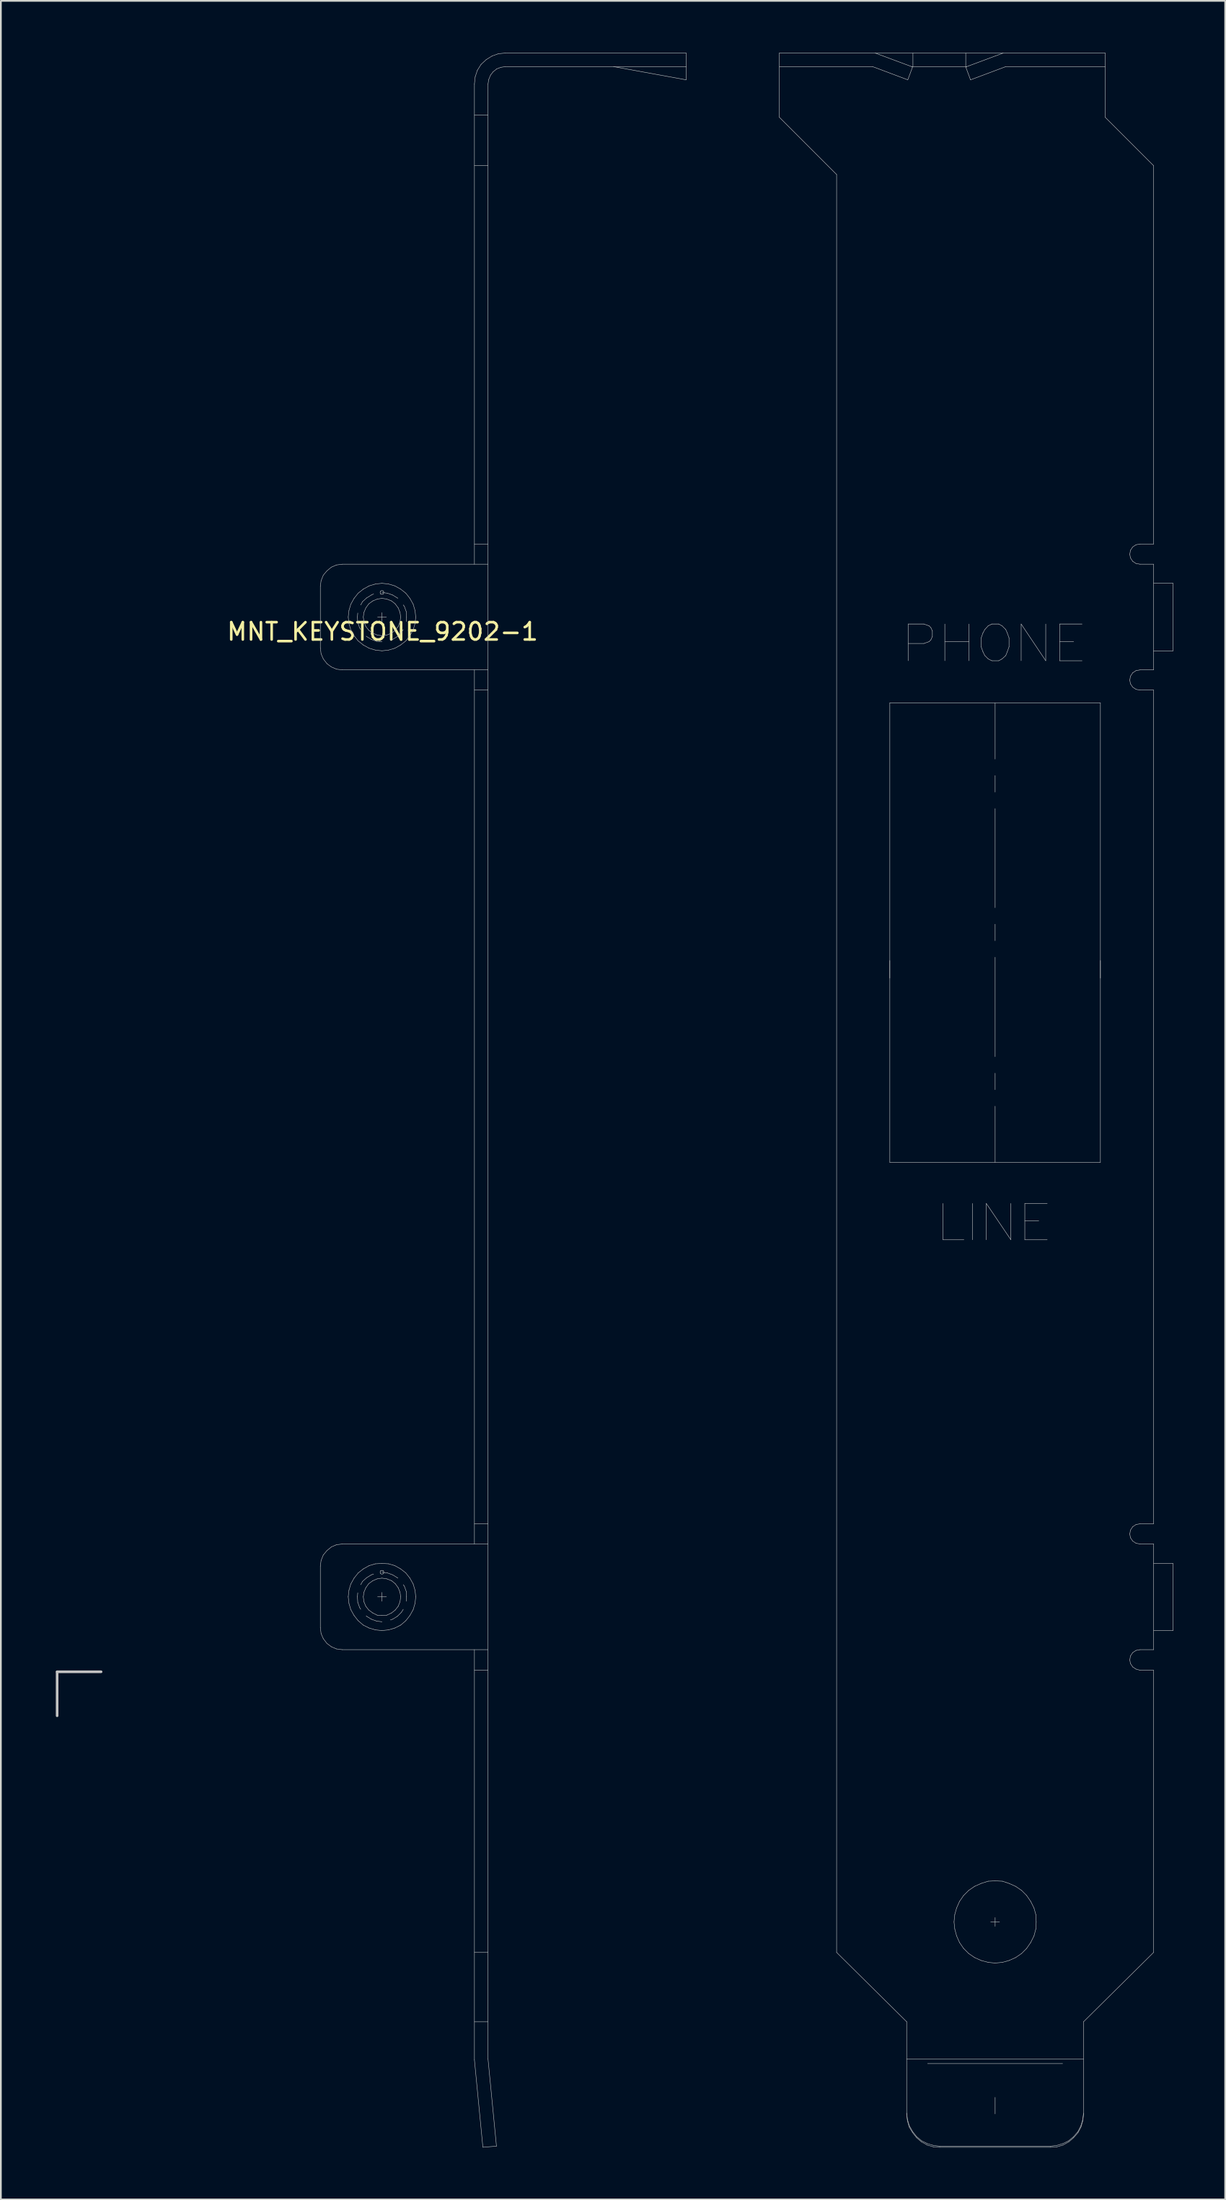
<source format=kicad_pcb>
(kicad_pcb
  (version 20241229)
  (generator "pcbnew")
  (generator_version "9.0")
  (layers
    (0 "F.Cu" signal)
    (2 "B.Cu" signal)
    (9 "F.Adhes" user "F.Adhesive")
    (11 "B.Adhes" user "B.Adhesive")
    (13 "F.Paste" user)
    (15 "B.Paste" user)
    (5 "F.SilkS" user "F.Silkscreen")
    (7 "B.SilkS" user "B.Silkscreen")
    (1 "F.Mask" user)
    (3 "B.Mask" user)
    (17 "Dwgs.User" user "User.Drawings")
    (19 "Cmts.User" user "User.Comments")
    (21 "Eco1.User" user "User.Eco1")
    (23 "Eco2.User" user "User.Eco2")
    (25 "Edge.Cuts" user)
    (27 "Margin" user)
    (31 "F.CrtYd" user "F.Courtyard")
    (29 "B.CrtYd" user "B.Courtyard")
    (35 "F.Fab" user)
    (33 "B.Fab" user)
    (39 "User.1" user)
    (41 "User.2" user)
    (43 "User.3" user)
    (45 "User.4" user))
  (footprint "MNT_KEYSTONE_9202-1"
    (layer "F.Cu")
    (at 0.25 93.496)
    (property "Reference" "MNT_KEYSTONE_9202-1" (at 18.796 -60.071 0) (layer "F.SilkS") (effects (font (size 1 1) (thickness 0.15))))
    (attr through_hole)
    (fp_line (start 0 0) (end 0 2.54) (stroke (width 0.15) (type solid)) (layer "Dwgs.User"))
    (fp_line (start 2.54 0) (end 0 0) (stroke (width 0.15) (type solid)) (layer "Dwgs.User"))
    (fp_line (start 15.204 -62.691) (end 15.246 -63.009) (stroke (width 0.025) (type solid)) (layer "Dwgs.User"))
    (fp_line (start 15.204 -59.131) (end 15.204 -62.691) (stroke (width 0.025) (type solid)) (layer "Dwgs.User"))
    (fp_line (start 15.204 -6.109) (end 15.246 -6.427) (stroke (width 0.025) (type solid)) (layer "Dwgs.User"))
    (fp_line (start 15.204 -2.548) (end 15.204 -6.109) (stroke (width 0.025) (type solid)) (layer "Dwgs.User"))
    (fp_line (start 15.246 -63.009) (end 15.373 -63.327) (stroke (width 0.025) (type solid)) (layer "Dwgs.User"))
    (fp_line (start 15.246 -58.792) (end 15.204 -59.131) (stroke (width 0.025) (type solid)) (layer "Dwgs.User"))
    (fp_line (start 15.246 -6.427) (end 15.373 -6.744) (stroke (width 0.025) (type solid)) (layer "Dwgs.User"))
    (fp_line (start 15.246 -2.209) (end 15.204 -2.548) (stroke (width 0.025) (type solid)) (layer "Dwgs.User"))
    (fp_line (start 15.373 -63.327) (end 15.585 -63.581) (stroke (width 0.025) (type solid)) (layer "Dwgs.User"))
    (fp_line (start 15.373 -58.495) (end 15.246 -58.792) (stroke (width 0.025) (type solid)) (layer "Dwgs.User"))
    (fp_line (start 15.373 -6.744) (end 15.585 -6.999) (stroke (width 0.025) (type solid)) (layer "Dwgs.User"))
    (fp_line (start 15.373 -1.913) (end 15.246 -2.209) (stroke (width 0.025) (type solid)) (layer "Dwgs.User"))
    (fp_line (start 15.585 -63.581) (end 15.84 -63.793) (stroke (width 0.025) (type solid)) (layer "Dwgs.User"))
    (fp_line (start 15.585 -58.22) (end 15.373 -58.495) (stroke (width 0.025) (type solid)) (layer "Dwgs.User"))
    (fp_line (start 15.585 -6.999) (end 15.84 -7.211) (stroke (width 0.025) (type solid)) (layer "Dwgs.User"))
    (fp_line (start 15.585 -1.637) (end 15.373 -1.913) (stroke (width 0.025) (type solid)) (layer "Dwgs.User"))
    (fp_line (start 15.84 -63.793) (end 16.136 -63.92) (stroke (width 0.025) (type solid)) (layer "Dwgs.User"))
    (fp_line (start 15.84 -58.029) (end 15.585 -58.22) (stroke (width 0.025) (type solid)) (layer "Dwgs.User"))
    (fp_line (start 15.84 -7.211) (end 16.136 -7.338) (stroke (width 0.025) (type solid)) (layer "Dwgs.User"))
    (fp_line (start 15.84 -1.446) (end 15.585 -1.637) (stroke (width 0.025) (type solid)) (layer "Dwgs.User"))
    (fp_line (start 16.136 -63.92) (end 16.475 -63.963) (stroke (width 0.025) (type solid)) (layer "Dwgs.User"))
    (fp_line (start 16.136 -57.902) (end 15.84 -58.029) (stroke (width 0.025) (type solid)) (layer "Dwgs.User"))
    (fp_line (start 16.136 -7.338) (end 16.475 -7.38) (stroke (width 0.025) (type solid)) (layer "Dwgs.User"))
    (fp_line (start 16.136 -1.319) (end 15.84 -1.446) (stroke (width 0.025) (type solid)) (layer "Dwgs.User"))
    (fp_line (start 16.475 -63.963) (end 24.889 -63.963) (stroke (width 0.025) (type solid)) (layer "Dwgs.User"))
    (fp_line (start 16.475 -57.859) (end 16.136 -57.902) (stroke (width 0.025) (type solid)) (layer "Dwgs.User"))
    (fp_line (start 16.475 -7.38) (end 24.889 -7.38) (stroke (width 0.025) (type solid)) (layer "Dwgs.User"))
    (fp_line (start 16.475 -1.277) (end 16.136 -1.319) (stroke (width 0.025) (type solid)) (layer "Dwgs.User"))
    (fp_line (start 16.475 -1.277) (end 24.889 -1.277) (stroke (width 0.025) (type solid)) (layer "Dwgs.User"))
    (fp_line (start 16.814 -60.911) (end 16.857 -61.292) (stroke (width 0.025) (type solid)) (layer "Dwgs.User"))
    (fp_line (start 16.814 -4.329) (end 16.857 -4.71) (stroke (width 0.025) (type solid)) (layer "Dwgs.User"))
    (fp_line (start 16.857 -61.292) (end 16.963 -61.653) (stroke (width 0.025) (type solid)) (layer "Dwgs.User"))
    (fp_line (start 16.857 -60.53) (end 16.814 -60.911) (stroke (width 0.025) (type solid)) (layer "Dwgs.User"))
    (fp_line (start 16.857 -4.71) (end 16.963 -5.07) (stroke (width 0.025) (type solid)) (layer "Dwgs.User"))
    (fp_line (start 16.857 -3.947) (end 16.814 -4.329) (stroke (width 0.025) (type solid)) (layer "Dwgs.User"))
    (fp_line (start 16.963 -61.653) (end 17.153 -61.992) (stroke (width 0.025) (type solid)) (layer "Dwgs.User"))
    (fp_line (start 16.963 -60.169) (end 16.857 -60.53) (stroke (width 0.025) (type solid)) (layer "Dwgs.User"))
    (fp_line (start 16.963 -5.07) (end 17.153 -5.409) (stroke (width 0.025) (type solid)) (layer "Dwgs.User"))
    (fp_line (start 16.963 -3.587) (end 16.857 -3.947) (stroke (width 0.025) (type solid)) (layer "Dwgs.User"))
    (fp_line (start 17.153 -61.992) (end 17.387 -62.288) (stroke (width 0.025) (type solid)) (layer "Dwgs.User"))
    (fp_line (start 17.153 -59.83) (end 16.963 -60.169) (stroke (width 0.025) (type solid)) (layer "Dwgs.User"))
    (fp_line (start 17.153 -5.409) (end 17.387 -5.706) (stroke (width 0.025) (type solid)) (layer "Dwgs.User"))
    (fp_line (start 17.153 -3.248) (end 16.963 -3.587) (stroke (width 0.025) (type solid)) (layer "Dwgs.User"))
    (fp_line (start 17.344 -60.911) (end 17.365 -61.144) (stroke (width 0.025) (type solid)) (layer "Dwgs.User"))
    (fp_line (start 17.344 -4.329) (end 17.365 -4.562) (stroke (width 0.025) (type solid)) (layer "Dwgs.User"))
    (fp_line (start 17.365 -60.593) (end 17.344 -60.911) (stroke (width 0.025) (type solid)) (layer "Dwgs.User"))
    (fp_line (start 17.365 -4.011) (end 17.344 -4.329) (stroke (width 0.025) (type solid)) (layer "Dwgs.User"))
    (fp_line (start 17.387 -62.288) (end 17.683 -62.522) (stroke (width 0.025) (type solid)) (layer "Dwgs.User"))
    (fp_line (start 17.387 -59.534) (end 17.153 -59.83) (stroke (width 0.025) (type solid)) (layer "Dwgs.User"))
    (fp_line (start 17.387 -5.706) (end 17.683 -5.939) (stroke (width 0.025) (type solid)) (layer "Dwgs.User"))
    (fp_line (start 17.387 -2.951) (end 17.153 -3.248) (stroke (width 0.025) (type solid)) (layer "Dwgs.User"))
    (fp_line (start 17.471 -60.296) (end 17.365 -60.593) (stroke (width 0.025) (type solid)) (layer "Dwgs.User"))
    (fp_line (start 17.471 -3.714) (end 17.365 -4.011) (stroke (width 0.025) (type solid)) (layer "Dwgs.User"))
    (fp_line (start 17.535 -61.61) (end 17.641 -61.801) (stroke (width 0.025) (type solid)) (layer "Dwgs.User"))
    (fp_line (start 17.535 -60.19) (end 17.471 -60.296) (stroke (width 0.025) (type solid)) (layer "Dwgs.User"))
    (fp_line (start 17.535 -5.028) (end 17.641 -5.219) (stroke (width 0.025) (type solid)) (layer "Dwgs.User"))
    (fp_line (start 17.535 -3.608) (end 17.471 -3.714) (stroke (width 0.025) (type solid)) (layer "Dwgs.User"))
    (fp_line (start 17.641 -61.801) (end 17.874 -62.013) (stroke (width 0.025) (type solid)) (layer "Dwgs.User"))
    (fp_line (start 17.641 -5.219) (end 17.874 -5.43) (stroke (width 0.025) (type solid)) (layer "Dwgs.User"))
    (fp_line (start 17.683 -62.522) (end 18.022 -62.712) (stroke (width 0.025) (type solid)) (layer "Dwgs.User"))
    (fp_line (start 17.683 -60.911) (end 17.726 -61.187) (stroke (width 0.025) (type solid)) (layer "Dwgs.User"))
    (fp_line (start 17.683 -59.3) (end 17.387 -59.534) (stroke (width 0.025) (type solid)) (layer "Dwgs.User"))
    (fp_line (start 17.683 -5.939) (end 18.022 -6.13) (stroke (width 0.025) (type solid)) (layer "Dwgs.User"))
    (fp_line (start 17.683 -4.329) (end 17.726 -4.604) (stroke (width 0.025) (type solid)) (layer "Dwgs.User"))
    (fp_line (start 17.683 -2.697) (end 17.387 -2.951) (stroke (width 0.025) (type solid)) (layer "Dwgs.User"))
    (fp_line (start 17.726 -61.187) (end 17.832 -61.441) (stroke (width 0.025) (type solid)) (layer "Dwgs.User"))
    (fp_line (start 17.726 -60.636) (end 17.683 -60.911) (stroke (width 0.025) (type solid)) (layer "Dwgs.User"))
    (fp_line (start 17.726 -4.604) (end 17.832 -4.858) (stroke (width 0.025) (type solid)) (layer "Dwgs.User"))
    (fp_line (start 17.726 -4.032) (end 17.683 -4.329) (stroke (width 0.025) (type solid)) (layer "Dwgs.User"))
    (fp_line (start 17.832 -61.441) (end 18.001 -61.674) (stroke (width 0.025) (type solid)) (layer "Dwgs.User"))
    (fp_line (start 17.832 -60.36) (end 17.726 -60.636) (stroke (width 0.025) (type solid)) (layer "Dwgs.User"))
    (fp_line (start 17.832 -4.858) (end 18.001 -5.091) (stroke (width 0.025) (type solid)) (layer "Dwgs.User"))
    (fp_line (start 17.832 -3.778) (end 17.726 -4.032) (stroke (width 0.025) (type solid)) (layer "Dwgs.User"))
    (fp_line (start 17.874 -62.013) (end 18.15 -62.183) (stroke (width 0.025) (type solid)) (layer "Dwgs.User"))
    (fp_line (start 17.874 -59.788) (end 17.853 -59.809) (stroke (width 0.025) (type solid)) (layer "Dwgs.User"))
    (fp_line (start 17.874 -5.43) (end 18.15 -5.6) (stroke (width 0.025) (type solid)) (layer "Dwgs.User"))
    (fp_line (start 17.874 -3.205) (end 17.853 -3.227) (stroke (width 0.025) (type solid)) (layer "Dwgs.User"))
    (fp_line (start 18.001 -61.674) (end 18.234 -61.843) (stroke (width 0.025) (type solid)) (layer "Dwgs.User"))
    (fp_line (start 18.001 -60.148) (end 17.832 -60.36) (stroke (width 0.025) (type solid)) (layer "Dwgs.User"))
    (fp_line (start 18.001 -5.091) (end 18.234 -5.261) (stroke (width 0.025) (type solid)) (layer "Dwgs.User"))
    (fp_line (start 18.001 -3.566) (end 17.832 -3.778) (stroke (width 0.025) (type solid)) (layer "Dwgs.User"))
    (fp_line (start 18.022 -62.712) (end 18.383 -62.818) (stroke (width 0.025) (type solid)) (layer "Dwgs.User"))
    (fp_line (start 18.022 -59.11) (end 17.683 -59.3) (stroke (width 0.025) (type solid)) (layer "Dwgs.User"))
    (fp_line (start 18.022 -6.13) (end 18.383 -6.236) (stroke (width 0.025) (type solid)) (layer "Dwgs.User"))
    (fp_line (start 18.022 -2.527) (end 17.683 -2.697) (stroke (width 0.025) (type solid)) (layer "Dwgs.User"))
    (fp_line (start 18.15 -62.183) (end 18.277 -62.246) (stroke (width 0.025) (type solid)) (layer "Dwgs.User"))
    (fp_line (start 18.15 -59.618) (end 17.874 -59.788) (stroke (width 0.025) (type solid)) (layer "Dwgs.User"))
    (fp_line (start 18.15 -5.6) (end 18.277 -5.642) (stroke (width 0.025) (type solid)) (layer "Dwgs.User"))
    (fp_line (start 18.15 -3.036) (end 17.874 -3.205) (stroke (width 0.025) (type solid)) (layer "Dwgs.User"))
    (fp_line (start 18.234 -61.843) (end 18.489 -61.949) (stroke (width 0.025) (type solid)) (layer "Dwgs.User"))
    (fp_line (start 18.234 -59.979) (end 18.001 -60.148) (stroke (width 0.025) (type solid)) (layer "Dwgs.User"))
    (fp_line (start 18.234 -5.261) (end 18.489 -5.367) (stroke (width 0.025) (type solid)) (layer "Dwgs.User"))
    (fp_line (start 18.234 -3.396) (end 18.001 -3.566) (stroke (width 0.025) (type solid)) (layer "Dwgs.User"))
    (fp_line (start 18.383 -62.818) (end 18.764 -62.861) (stroke (width 0.025) (type solid)) (layer "Dwgs.User"))
    (fp_line (start 18.383 -59.004) (end 18.022 -59.11) (stroke (width 0.025) (type solid)) (layer "Dwgs.User"))
    (fp_line (start 18.383 -6.236) (end 18.764 -6.257) (stroke (width 0.025) (type solid)) (layer "Dwgs.User"))
    (fp_line (start 18.383 -2.421) (end 18.022 -2.527) (stroke (width 0.025) (type solid)) (layer "Dwgs.User"))
    (fp_line (start 18.446 -59.512) (end 18.15 -59.618) (stroke (width 0.025) (type solid)) (layer "Dwgs.User"))
    (fp_line (start 18.446 -2.93) (end 18.15 -3.036) (stroke (width 0.025) (type solid)) (layer "Dwgs.User"))
    (fp_line (start 18.489 -61.949) (end 18.764 -61.992) (stroke (width 0.025) (type solid)) (layer "Dwgs.User"))
    (fp_line (start 18.489 -59.873) (end 18.234 -59.979) (stroke (width 0.025) (type solid)) (layer "Dwgs.User"))
    (fp_line (start 18.489 -5.367) (end 18.764 -5.409) (stroke (width 0.025) (type solid)) (layer "Dwgs.User"))
    (fp_line (start 18.489 -3.269) (end 18.234 -3.396) (stroke (width 0.025) (type solid)) (layer "Dwgs.User"))
    (fp_line (start 18.51 -60.911) (end 19.018 -60.911) (stroke (width 0.025) (type solid)) (layer "Dwgs.User"))
    (fp_line (start 18.51 -4.329) (end 19.018 -4.329) (stroke (width 0.025) (type solid)) (layer "Dwgs.User"))
    (fp_line (start 18.658 -62.331) (end 18.679 -62.416) (stroke (width 0.025) (type solid)) (layer "Dwgs.User"))
    (fp_line (start 18.658 -5.748) (end 18.679 -5.833) (stroke (width 0.025) (type solid)) (layer "Dwgs.User"))
    (fp_line (start 18.679 -62.416) (end 18.764 -62.437) (stroke (width 0.025) (type solid)) (layer "Dwgs.User"))
    (fp_line (start 18.679 -62.246) (end 18.658 -62.331) (stroke (width 0.025) (type solid)) (layer "Dwgs.User"))
    (fp_line (start 18.679 -5.833) (end 18.764 -5.854) (stroke (width 0.025) (type solid)) (layer "Dwgs.User"))
    (fp_line (start 18.679 -5.664) (end 18.658 -5.748) (stroke (width 0.025) (type solid)) (layer "Dwgs.User"))
    (fp_line (start 18.764 -62.861) (end 19.146 -62.818) (stroke (width 0.025) (type solid)) (layer "Dwgs.User"))
    (fp_line (start 18.764 -62.437) (end 18.849 -62.416) (stroke (width 0.025) (type solid)) (layer "Dwgs.User"))
    (fp_line (start 18.764 -62.331) (end 19.082 -62.288) (stroke (width 0.025) (type solid)) (layer "Dwgs.User"))
    (fp_line (start 18.764 -62.225) (end 18.679 -62.246) (stroke (width 0.025) (type solid)) (layer "Dwgs.User"))
    (fp_line (start 18.764 -61.992) (end 19.04 -61.949) (stroke (width 0.025) (type solid)) (layer "Dwgs.User"))
    (fp_line (start 18.764 -60.657) (end 18.764 -61.165) (stroke (width 0.025) (type solid)) (layer "Dwgs.User"))
    (fp_line (start 18.764 -59.83) (end 18.489 -59.873) (stroke (width 0.025) (type solid)) (layer "Dwgs.User"))
    (fp_line (start 18.764 -59.491) (end 18.446 -59.512) (stroke (width 0.025) (type solid)) (layer "Dwgs.User"))
    (fp_line (start 18.764 -58.961) (end 18.383 -59.004) (stroke (width 0.025) (type solid)) (layer "Dwgs.User"))
    (fp_line (start 18.764 -6.257) (end 19.146 -6.236) (stroke (width 0.025) (type solid)) (layer "Dwgs.User"))
    (fp_line (start 18.764 -5.854) (end 18.849 -5.833) (stroke (width 0.025) (type solid)) (layer "Dwgs.User"))
    (fp_line (start 18.764 -5.748) (end 19.082 -5.706) (stroke (width 0.025) (type solid)) (layer "Dwgs.User"))
    (fp_line (start 18.764 -5.642) (end 18.679 -5.664) (stroke (width 0.025) (type solid)) (layer "Dwgs.User"))
    (fp_line (start 18.764 -5.409) (end 19.04 -5.367) (stroke (width 0.025) (type solid)) (layer "Dwgs.User"))
    (fp_line (start 18.764 -4.074) (end 18.764 -4.583) (stroke (width 0.025) (type solid)) (layer "Dwgs.User"))
    (fp_line (start 18.764 -3.248) (end 18.489 -3.269) (stroke (width 0.025) (type solid)) (layer "Dwgs.User"))
    (fp_line (start 18.764 -2.887) (end 18.446 -2.93) (stroke (width 0.025) (type solid)) (layer "Dwgs.User"))
    (fp_line (start 18.764 -2.379) (end 18.383 -2.421) (stroke (width 0.025) (type solid)) (layer "Dwgs.User"))
    (fp_line (start 18.849 -62.416) (end 18.87 -62.331) (stroke (width 0.025) (type solid)) (layer "Dwgs.User"))
    (fp_line (start 18.849 -62.246) (end 18.764 -62.225) (stroke (width 0.025) (type solid)) (layer "Dwgs.User"))
    (fp_line (start 18.849 -5.833) (end 18.87 -5.748) (stroke (width 0.025) (type solid)) (layer "Dwgs.User"))
    (fp_line (start 18.849 -5.664) (end 18.764 -5.642) (stroke (width 0.025) (type solid)) (layer "Dwgs.User"))
    (fp_line (start 18.87 -62.331) (end 18.849 -62.246) (stroke (width 0.025) (type solid)) (layer "Dwgs.User"))
    (fp_line (start 18.87 -5.748) (end 18.849 -5.664) (stroke (width 0.025) (type solid)) (layer "Dwgs.User"))
    (fp_line (start 19.04 -61.949) (end 19.315 -61.843) (stroke (width 0.025) (type solid)) (layer "Dwgs.User"))
    (fp_line (start 19.04 -59.873) (end 18.764 -59.83) (stroke (width 0.025) (type solid)) (layer "Dwgs.User"))
    (fp_line (start 19.04 -5.367) (end 19.315 -5.261) (stroke (width 0.025) (type solid)) (layer "Dwgs.User"))
    (fp_line (start 19.04 -3.269) (end 18.764 -3.248) (stroke (width 0.025) (type solid)) (layer "Dwgs.User"))
    (fp_line (start 19.082 -62.288) (end 19.379 -62.183) (stroke (width 0.025) (type solid)) (layer "Dwgs.User"))
    (fp_line (start 19.082 -5.706) (end 19.379 -5.6) (stroke (width 0.025) (type solid)) (layer "Dwgs.User"))
    (fp_line (start 19.146 -62.818) (end 19.506 -62.712) (stroke (width 0.025) (type solid)) (layer "Dwgs.User"))
    (fp_line (start 19.146 -59.004) (end 18.764 -58.961) (stroke (width 0.025) (type solid)) (layer "Dwgs.User"))
    (fp_line (start 19.146 -6.236) (end 19.506 -6.13) (stroke (width 0.025) (type solid)) (layer "Dwgs.User"))
    (fp_line (start 19.146 -2.421) (end 18.764 -2.379) (stroke (width 0.025) (type solid)) (layer "Dwgs.User"))
    (fp_line (start 19.315 -61.843) (end 19.527 -61.674) (stroke (width 0.025) (type solid)) (layer "Dwgs.User"))
    (fp_line (start 19.315 -59.979) (end 19.04 -59.873) (stroke (width 0.025) (type solid)) (layer "Dwgs.User"))
    (fp_line (start 19.315 -5.261) (end 19.527 -5.091) (stroke (width 0.025) (type solid)) (layer "Dwgs.User"))
    (fp_line (start 19.315 -3.396) (end 19.04 -3.269) (stroke (width 0.025) (type solid)) (layer "Dwgs.User"))
    (fp_line (start 19.379 -62.183) (end 19.654 -62.013) (stroke (width 0.025) (type solid)) (layer "Dwgs.User"))
    (fp_line (start 19.379 -59.618) (end 19.251 -59.576) (stroke (width 0.025) (type solid)) (layer "Dwgs.User"))
    (fp_line (start 19.379 -5.6) (end 19.654 -5.43) (stroke (width 0.025) (type solid)) (layer "Dwgs.User"))
    (fp_line (start 19.379 -3.036) (end 19.251 -2.993) (stroke (width 0.025) (type solid)) (layer "Dwgs.User"))
    (fp_line (start 19.506 -62.712) (end 19.845 -62.522) (stroke (width 0.025) (type solid)) (layer "Dwgs.User"))
    (fp_line (start 19.506 -59.11) (end 19.146 -59.004) (stroke (width 0.025) (type solid)) (layer "Dwgs.User"))
    (fp_line (start 19.506 -6.13) (end 19.845 -5.939) (stroke (width 0.025) (type solid)) (layer "Dwgs.User"))
    (fp_line (start 19.506 -2.527) (end 19.146 -2.421) (stroke (width 0.025) (type solid)) (layer "Dwgs.User"))
    (fp_line (start 19.527 -61.674) (end 19.697 -61.441) (stroke (width 0.025) (type solid)) (layer "Dwgs.User"))
    (fp_line (start 19.527 -60.148) (end 19.315 -59.979) (stroke (width 0.025) (type solid)) (layer "Dwgs.User"))
    (fp_line (start 19.527 -5.091) (end 19.697 -4.858) (stroke (width 0.025) (type solid)) (layer "Dwgs.User"))
    (fp_line (start 19.527 -3.566) (end 19.315 -3.396) (stroke (width 0.025) (type solid)) (layer "Dwgs.User"))
    (fp_line (start 19.654 -62.013) (end 19.675 -61.992) (stroke (width 0.025) (type solid)) (layer "Dwgs.User"))
    (fp_line (start 19.654 -59.788) (end 19.379 -59.618) (stroke (width 0.025) (type solid)) (layer "Dwgs.User"))
    (fp_line (start 19.654 -5.43) (end 19.675 -5.409) (stroke (width 0.025) (type solid)) (layer "Dwgs.User"))
    (fp_line (start 19.654 -3.205) (end 19.379 -3.036) (stroke (width 0.025) (type solid)) (layer "Dwgs.User"))
    (fp_line (start 19.697 -61.441) (end 19.802 -61.187) (stroke (width 0.025) (type solid)) (layer "Dwgs.User"))
    (fp_line (start 19.697 -60.36) (end 19.527 -60.148) (stroke (width 0.025) (type solid)) (layer "Dwgs.User"))
    (fp_line (start 19.697 -4.858) (end 19.802 -4.604) (stroke (width 0.025) (type solid)) (layer "Dwgs.User"))
    (fp_line (start 19.697 -3.778) (end 19.527 -3.566) (stroke (width 0.025) (type solid)) (layer "Dwgs.User"))
    (fp_line (start 19.802 -61.187) (end 19.845 -60.911) (stroke (width 0.025) (type solid)) (layer "Dwgs.User"))
    (fp_line (start 19.802 -60.636) (end 19.697 -60.36) (stroke (width 0.025) (type solid)) (layer "Dwgs.User"))
    (fp_line (start 19.802 -4.604) (end 19.845 -4.329) (stroke (width 0.025) (type solid)) (layer "Dwgs.User"))
    (fp_line (start 19.802 -4.032) (end 19.697 -3.778) (stroke (width 0.025) (type solid)) (layer "Dwgs.User"))
    (fp_line (start 19.845 -62.522) (end 20.142 -62.288) (stroke (width 0.025) (type solid)) (layer "Dwgs.User"))
    (fp_line (start 19.845 -60.911) (end 19.802 -60.636) (stroke (width 0.025) (type solid)) (layer "Dwgs.User"))
    (fp_line (start 19.845 -59.3) (end 19.506 -59.11) (stroke (width 0.025) (type solid)) (layer "Dwgs.User"))
    (fp_line (start 19.845 -5.939) (end 20.142 -5.706) (stroke (width 0.025) (type solid)) (layer "Dwgs.User"))
    (fp_line (start 19.845 -4.329) (end 19.802 -4.032) (stroke (width 0.025) (type solid)) (layer "Dwgs.User"))
    (fp_line (start 19.845 -2.697) (end 19.506 -2.527) (stroke (width 0.025) (type solid)) (layer "Dwgs.User"))
    (fp_line (start 19.887 -60.021) (end 19.654 -59.788) (stroke (width 0.025) (type solid)) (layer "Dwgs.User"))
    (fp_line (start 19.887 -3.438) (end 19.654 -3.205) (stroke (width 0.025) (type solid)) (layer "Dwgs.User"))
    (fp_line (start 19.993 -61.61) (end 20.057 -61.526) (stroke (width 0.025) (type solid)) (layer "Dwgs.User"))
    (fp_line (start 19.993 -60.19) (end 19.887 -60.021) (stroke (width 0.025) (type solid)) (layer "Dwgs.User"))
    (fp_line (start 19.993 -5.028) (end 20.057 -4.943) (stroke (width 0.025) (type solid)) (layer "Dwgs.User"))
    (fp_line (start 19.993 -3.608) (end 19.887 -3.438) (stroke (width 0.025) (type solid)) (layer "Dwgs.User"))
    (fp_line (start 20.057 -61.526) (end 20.163 -61.229) (stroke (width 0.025) (type solid)) (layer "Dwgs.User"))
    (fp_line (start 20.057 -4.943) (end 20.163 -4.646) (stroke (width 0.025) (type solid)) (layer "Dwgs.User"))
    (fp_line (start 20.142 -62.288) (end 20.375 -61.992) (stroke (width 0.025) (type solid)) (layer "Dwgs.User"))
    (fp_line (start 20.142 -59.534) (end 19.845 -59.3) (stroke (width 0.025) (type solid)) (layer "Dwgs.User"))
    (fp_line (start 20.142 -5.706) (end 20.375 -5.409) (stroke (width 0.025) (type solid)) (layer "Dwgs.User"))
    (fp_line (start 20.142 -2.951) (end 19.845 -2.697) (stroke (width 0.025) (type solid)) (layer "Dwgs.User"))
    (fp_line (start 20.163 -61.229) (end 20.184 -60.911) (stroke (width 0.025) (type solid)) (layer "Dwgs.User"))
    (fp_line (start 20.163 -4.646) (end 20.184 -4.329) (stroke (width 0.025) (type solid)) (layer "Dwgs.User"))
    (fp_line (start 20.184 -60.911) (end 20.163 -60.657) (stroke (width 0.025) (type solid)) (layer "Dwgs.User"))
    (fp_line (start 20.184 -4.329) (end 20.163 -4.074) (stroke (width 0.025) (type solid)) (layer "Dwgs.User"))
    (fp_line (start 20.375 -61.992) (end 20.565 -61.653) (stroke (width 0.025) (type solid)) (layer "Dwgs.User"))
    (fp_line (start 20.375 -59.83) (end 20.142 -59.534) (stroke (width 0.025) (type solid)) (layer "Dwgs.User"))
    (fp_line (start 20.375 -5.409) (end 20.565 -5.07) (stroke (width 0.025) (type solid)) (layer "Dwgs.User"))
    (fp_line (start 20.375 -3.248) (end 20.142 -2.951) (stroke (width 0.025) (type solid)) (layer "Dwgs.User"))
    (fp_line (start 20.565 -61.653) (end 20.671 -61.292) (stroke (width 0.025) (type solid)) (layer "Dwgs.User"))
    (fp_line (start 20.565 -60.169) (end 20.375 -59.83) (stroke (width 0.025) (type solid)) (layer "Dwgs.User"))
    (fp_line (start 20.565 -5.07) (end 20.671 -4.71) (stroke (width 0.025) (type solid)) (layer "Dwgs.User"))
    (fp_line (start 20.565 -3.587) (end 20.375 -3.248) (stroke (width 0.025) (type solid)) (layer "Dwgs.User"))
    (fp_line (start 20.671 -61.292) (end 20.714 -60.911) (stroke (width 0.025) (type solid)) (layer "Dwgs.User"))
    (fp_line (start 20.671 -60.53) (end 20.565 -60.169) (stroke (width 0.025) (type solid)) (layer "Dwgs.User"))
    (fp_line (start 20.671 -4.71) (end 20.714 -4.329) (stroke (width 0.025) (type solid)) (layer "Dwgs.User"))
    (fp_line (start 20.671 -3.947) (end 20.565 -3.587) (stroke (width 0.025) (type solid)) (layer "Dwgs.User"))
    (fp_line (start 20.714 -60.911) (end 20.671 -60.53) (stroke (width 0.025) (type solid)) (layer "Dwgs.User"))
    (fp_line (start 20.714 -4.329) (end 20.671 -3.947) (stroke (width 0.025) (type solid)) (layer "Dwgs.User"))
    (fp_line (start 24.104 -91.703) (end 24.147 -92.106) (stroke (width 0.025) (type solid)) (layer "Dwgs.User"))
    (fp_line (start 24.104 -63.963) (end 24.104 -91.703) (stroke (width 0.025) (type solid)) (layer "Dwgs.User"))
    (fp_line (start 24.104 -7.38) (end 24.104 -57.859) (stroke (width 0.025) (type solid)) (layer "Dwgs.User"))
    (fp_line (start 24.104 22.416) (end 24.104 -1.277) (stroke (width 0.025) (type solid)) (layer "Dwgs.User"))
    (fp_line (start 24.104 22.416) (end 24.592 27.459) (stroke (width 0.025) (type solid)) (layer "Dwgs.User"))
    (fp_line (start 24.147 -92.106) (end 24.274 -92.487) (stroke (width 0.025) (type solid)) (layer "Dwgs.User"))
    (fp_line (start 24.274 -92.487) (end 24.486 -92.826) (stroke (width 0.025) (type solid)) (layer "Dwgs.User"))
    (fp_line (start 24.486 -92.826) (end 24.783 -93.102) (stroke (width 0.025) (type solid)) (layer "Dwgs.User"))
    (fp_line (start 24.592 27.459) (end 25.376 27.396) (stroke (width 0.025) (type solid)) (layer "Dwgs.User"))
    (fp_line (start 24.783 -93.102) (end 25.122 -93.313) (stroke (width 0.025) (type solid)) (layer "Dwgs.User"))
    (fp_line (start 24.889 -91.703) (end 24.931 -91.957) (stroke (width 0.025) (type solid)) (layer "Dwgs.User"))
    (fp_line (start 24.889 -89.902) (end 24.104 -89.902) (stroke (width 0.025) (type solid)) (layer "Dwgs.User"))
    (fp_line (start 24.889 -86.977) (end 24.104 -86.977) (stroke (width 0.025) (type solid)) (layer "Dwgs.User"))
    (fp_line (start 24.889 -65.128) (end 24.104 -65.128) (stroke (width 0.025) (type solid)) (layer "Dwgs.User"))
    (fp_line (start 24.889 -57.859) (end 16.475 -57.859) (stroke (width 0.025) (type solid)) (layer "Dwgs.User"))
    (fp_line (start 24.889 -56.694) (end 24.104 -56.694) (stroke (width 0.025) (type solid)) (layer "Dwgs.User"))
    (fp_line (start 24.889 -8.546) (end 24.104 -8.546) (stroke (width 0.025) (type solid)) (layer "Dwgs.User"))
    (fp_line (start 24.889 -0.09) (end 24.104 -0.09) (stroke (width 0.025) (type solid)) (layer "Dwgs.User"))
    (fp_line (start 24.889 16.206) (end 24.104 16.206) (stroke (width 0.025) (type solid)) (layer "Dwgs.User"))
    (fp_line (start 24.889 20.212) (end 24.104 20.212) (stroke (width 0.025) (type solid)) (layer "Dwgs.User"))
    (fp_line (start 24.889 22.373) (end 24.889 -91.703) (stroke (width 0.025) (type solid)) (layer "Dwgs.User"))
    (fp_line (start 24.889 22.373) (end 25.376 27.396) (stroke (width 0.025) (type solid)) (layer "Dwgs.User"))
    (fp_line (start 24.931 -91.957) (end 25.037 -92.212) (stroke (width 0.025) (type solid)) (layer "Dwgs.User"))
    (fp_line (start 25.037 -92.212) (end 25.185 -92.402) (stroke (width 0.025) (type solid)) (layer "Dwgs.User"))
    (fp_line (start 25.122 -93.313) (end 25.482 -93.441) (stroke (width 0.025) (type solid)) (layer "Dwgs.User"))
    (fp_line (start 25.185 -92.402) (end 25.397 -92.572) (stroke (width 0.025) (type solid)) (layer "Dwgs.User"))
    (fp_line (start 25.397 -92.572) (end 25.63 -92.657) (stroke (width 0.025) (type solid)) (layer "Dwgs.User"))
    (fp_line (start 25.482 -93.441) (end 25.885 -93.483) (stroke (width 0.025) (type solid)) (layer "Dwgs.User"))
    (fp_line (start 25.63 -92.657) (end 25.885 -92.699) (stroke (width 0.025) (type solid)) (layer "Dwgs.User"))
    (fp_line (start 25.885 -93.483) (end 36.332 -93.483) (stroke (width 0.025) (type solid)) (layer "Dwgs.User"))
    (fp_line (start 25.885 -92.699) (end 36.332 -92.699) (stroke (width 0.025) (type solid)) (layer "Dwgs.User"))
    (fp_line (start 36.332 -92.699) (end 36.332 -93.483) (stroke (width 0.025) (type solid)) (layer "Dwgs.User"))
    (fp_line (start 36.332 -92.699) (end 36.332 -91.936) (stroke (width 0.025) (type solid)) (layer "Dwgs.User"))
    (fp_line (start 36.332 -91.936) (end 32.136 -92.699) (stroke (width 0.025) (type solid)) (layer "Dwgs.User"))
    (fp_line (start 41.718 -93.483) (end 41.718 -89.774) (stroke (width 0.025) (type solid)) (layer "Dwgs.User"))
    (fp_line (start 41.718 -89.774) (end 45.024 -86.468) (stroke (width 0.025) (type solid)) (layer "Dwgs.User"))
    (fp_line (start 45.024 16.206) (end 45.024 -86.468) (stroke (width 0.025) (type solid)) (layer "Dwgs.User"))
    (fp_line (start 47.101 -92.699) (end 41.718 -92.699) (stroke (width 0.025) (type solid)) (layer "Dwgs.User"))
    (fp_line (start 47.249 -93.483) (end 49.411 -92.678) (stroke (width 0.025) (type solid)) (layer "Dwgs.User"))
    (fp_line (start 48.097 -55.952) (end 48.097 -29.42) (stroke (width 0.025) (type solid)) (layer "Dwgs.User"))
    (fp_line (start 48.097 -41.075) (end 48.097 -40.058) (stroke (width 0.025) (type solid)) (layer "Dwgs.User"))
    (fp_line (start 48.097 -29.42) (end 60.261 -29.42) (stroke (width 0.025) (type solid)) (layer "Dwgs.User"))
    (fp_line (start 49.071 20.212) (end 45.024 16.206) (stroke (width 0.025) (type solid)) (layer "Dwgs.User"))
    (fp_line (start 49.071 25.489) (end 49.114 25.849) (stroke (width 0.025) (type solid)) (layer "Dwgs.User"))
    (fp_line (start 49.071 25.552) (end 49.071 20.212) (stroke (width 0.025) (type solid)) (layer "Dwgs.User"))
    (fp_line (start 49.071 25.552) (end 49.114 25.934) (stroke (width 0.025) (type solid)) (layer "Dwgs.User"))
    (fp_line (start 49.114 25.849) (end 49.22 26.209) (stroke (width 0.025) (type solid)) (layer "Dwgs.User"))
    (fp_line (start 49.114 25.934) (end 49.22 26.294) (stroke (width 0.025) (type solid)) (layer "Dwgs.User"))
    (fp_line (start 49.135 -91.936) (end 47.101 -92.699) (stroke (width 0.025) (type solid)) (layer "Dwgs.User"))
    (fp_line (start 49.156 -60.508) (end 50.067 -60.508) (stroke (width 0.025) (type solid)) (layer "Dwgs.User"))
    (fp_line (start 49.156 -58.389) (end 49.156 -60.508) (stroke (width 0.025) (type solid)) (layer "Dwgs.User"))
    (fp_line (start 49.22 26.209) (end 49.411 26.548) (stroke (width 0.025) (type solid)) (layer "Dwgs.User"))
    (fp_line (start 49.22 26.294) (end 49.411 26.612) (stroke (width 0.025) (type solid)) (layer "Dwgs.User"))
    (fp_line (start 49.411 -92.678) (end 49.135 -91.936) (stroke (width 0.025) (type solid)) (layer "Dwgs.User"))
    (fp_line (start 49.411 26.548) (end 49.644 26.845) (stroke (width 0.025) (type solid)) (layer "Dwgs.User"))
    (fp_line (start 49.411 26.612) (end 49.644 26.908) (stroke (width 0.025) (type solid)) (layer "Dwgs.User"))
    (fp_line (start 49.432 -93.483) (end 49.432 -92.699) (stroke (width 0.025) (type solid)) (layer "Dwgs.User"))
    (fp_line (start 49.644 26.845) (end 49.919 27.078) (stroke (width 0.025) (type solid)) (layer "Dwgs.User"))
    (fp_line (start 49.644 26.908) (end 49.919 27.142) (stroke (width 0.025) (type solid)) (layer "Dwgs.User"))
    (fp_line (start 49.919 27.078) (end 50.258 27.247) (stroke (width 0.025) (type solid)) (layer "Dwgs.User"))
    (fp_line (start 49.919 27.142) (end 50.258 27.332) (stroke (width 0.025) (type solid)) (layer "Dwgs.User"))
    (fp_line (start 50.067 -60.508) (end 50.364 -60.402) (stroke (width 0.025) (type solid)) (layer "Dwgs.User"))
    (fp_line (start 50.067 -59.385) (end 49.156 -59.385) (stroke (width 0.025) (type solid)) (layer "Dwgs.User"))
    (fp_line (start 50.258 27.247) (end 50.618 27.353) (stroke (width 0.025) (type solid)) (layer "Dwgs.User"))
    (fp_line (start 50.258 27.332) (end 50.618 27.438) (stroke (width 0.025) (type solid)) (layer "Dwgs.User"))
    (fp_line (start 50.364 -60.402) (end 50.47 -60.296) (stroke (width 0.025) (type solid)) (layer "Dwgs.User"))
    (fp_line (start 50.364 -59.491) (end 50.067 -59.385) (stroke (width 0.025) (type solid)) (layer "Dwgs.User"))
    (fp_line (start 50.47 -60.296) (end 50.555 -60.106) (stroke (width 0.025) (type solid)) (layer "Dwgs.User"))
    (fp_line (start 50.47 -59.597) (end 50.364 -59.491) (stroke (width 0.025) (type solid)) (layer "Dwgs.User"))
    (fp_line (start 50.555 -60.106) (end 50.555 -59.788) (stroke (width 0.025) (type solid)) (layer "Dwgs.User"))
    (fp_line (start 50.555 -59.788) (end 50.47 -59.597) (stroke (width 0.025) (type solid)) (layer "Dwgs.User"))
    (fp_line (start 50.618 27.353) (end 50.979 27.396) (stroke (width 0.025) (type solid)) (layer "Dwgs.User"))
    (fp_line (start 50.618 27.438) (end 50.979 27.459) (stroke (width 0.025) (type solid)) (layer "Dwgs.User"))
    (fp_line (start 51.169 -27.046) (end 51.169 -24.948) (stroke (width 0.025) (type solid)) (layer "Dwgs.User"))
    (fp_line (start 51.169 -24.948) (end 52.377 -24.948) (stroke (width 0.025) (type solid)) (layer "Dwgs.User"))
    (fp_line (start 51.275 -60.508) (end 51.275 -58.389) (stroke (width 0.025) (type solid)) (layer "Dwgs.User"))
    (fp_line (start 51.275 -59.491) (end 52.674 -59.491) (stroke (width 0.025) (type solid)) (layer "Dwgs.User"))
    (fp_line (start 51.805 14.448) (end 51.848 14.85) (stroke (width 0.025) (type solid)) (layer "Dwgs.User"))
    (fp_line (start 51.848 14.024) (end 51.805 14.448) (stroke (width 0.025) (type solid)) (layer "Dwgs.User"))
    (fp_line (start 51.848 14.85) (end 51.954 15.253) (stroke (width 0.025) (type solid)) (layer "Dwgs.User"))
    (fp_line (start 51.954 13.642) (end 51.848 14.024) (stroke (width 0.025) (type solid)) (layer "Dwgs.User"))
    (fp_line (start 51.954 15.253) (end 52.123 15.634) (stroke (width 0.025) (type solid)) (layer "Dwgs.User"))
    (fp_line (start 52.123 13.261) (end 51.954 13.642) (stroke (width 0.025) (type solid)) (layer "Dwgs.User"))
    (fp_line (start 52.123 15.634) (end 52.356 15.973) (stroke (width 0.025) (type solid)) (layer "Dwgs.User"))
    (fp_line (start 52.356 12.922) (end 52.123 13.261) (stroke (width 0.025) (type solid)) (layer "Dwgs.User"))
    (fp_line (start 52.356 15.973) (end 52.653 16.27) (stroke (width 0.025) (type solid)) (layer "Dwgs.User"))
    (fp_line (start 52.483 -93.483) (end 52.483 -92.699) (stroke (width 0.025) (type solid)) (layer "Dwgs.User"))
    (fp_line (start 52.483 -92.678) (end 52.759 -91.936) (stroke (width 0.025) (type solid)) (layer "Dwgs.User"))
    (fp_line (start 52.547 -92.699) (end 49.347 -92.699) (stroke (width 0.025) (type solid)) (layer "Dwgs.User"))
    (fp_line (start 52.653 12.625) (end 52.356 12.922) (stroke (width 0.025) (type solid)) (layer "Dwgs.User"))
    (fp_line (start 52.653 16.27) (end 52.992 16.503) (stroke (width 0.025) (type solid)) (layer "Dwgs.User"))
    (fp_line (start 52.674 -60.508) (end 52.674 -58.389) (stroke (width 0.025) (type solid)) (layer "Dwgs.User"))
    (fp_line (start 52.759 -91.936) (end 54.793 -92.699) (stroke (width 0.025) (type solid)) (layer "Dwgs.User"))
    (fp_line (start 52.865 -27.046) (end 52.865 -24.948) (stroke (width 0.025) (type solid)) (layer "Dwgs.User"))
    (fp_line (start 52.992 12.392) (end 52.653 12.625) (stroke (width 0.025) (type solid)) (layer "Dwgs.User"))
    (fp_line (start 52.992 16.503) (end 53.373 16.673) (stroke (width 0.025) (type solid)) (layer "Dwgs.User"))
    (fp_line (start 53.373 -59.703) (end 53.373 -59.194) (stroke (width 0.025) (type solid)) (layer "Dwgs.User"))
    (fp_line (start 53.373 -59.194) (end 53.479 -58.898) (stroke (width 0.025) (type solid)) (layer "Dwgs.User"))
    (fp_line (start 53.373 12.222) (end 52.992 12.392) (stroke (width 0.025) (type solid)) (layer "Dwgs.User"))
    (fp_line (start 53.373 16.673) (end 53.776 16.779) (stroke (width 0.025) (type solid)) (layer "Dwgs.User"))
    (fp_line (start 53.479 -60) (end 53.373 -59.703) (stroke (width 0.025) (type solid)) (layer "Dwgs.User"))
    (fp_line (start 53.479 -58.898) (end 53.585 -58.686) (stroke (width 0.025) (type solid)) (layer "Dwgs.User"))
    (fp_line (start 53.585 -60.19) (end 53.479 -60) (stroke (width 0.025) (type solid)) (layer "Dwgs.User"))
    (fp_line (start 53.585 -58.686) (end 53.776 -58.495) (stroke (width 0.025) (type solid)) (layer "Dwgs.User"))
    (fp_line (start 53.67 -27.046) (end 55.09 -24.948) (stroke (width 0.025) (type solid)) (layer "Dwgs.User"))
    (fp_line (start 53.67 -24.948) (end 53.67 -27.046) (stroke (width 0.025) (type solid)) (layer "Dwgs.User"))
    (fp_line (start 53.776 -60.402) (end 53.585 -60.19) (stroke (width 0.025) (type solid)) (layer "Dwgs.User"))
    (fp_line (start 53.776 -58.495) (end 53.988 -58.389) (stroke (width 0.025) (type solid)) (layer "Dwgs.User"))
    (fp_line (start 53.776 12.095) (end 53.373 12.222) (stroke (width 0.025) (type solid)) (layer "Dwgs.User"))
    (fp_line (start 53.776 16.779) (end 54.179 16.821) (stroke (width 0.025) (type solid)) (layer "Dwgs.User"))
    (fp_line (start 53.988 -60.508) (end 53.776 -60.402) (stroke (width 0.025) (type solid)) (layer "Dwgs.User"))
    (fp_line (start 53.988 -58.389) (end 54.391 -58.389) (stroke (width 0.025) (type solid)) (layer "Dwgs.User"))
    (fp_line (start 54.179 -52.71) (end 54.179 -55.952) (stroke (width 0.025) (type solid)) (layer "Dwgs.User"))
    (fp_line (start 54.179 -50.802) (end 54.179 -51.756) (stroke (width 0.025) (type solid)) (layer "Dwgs.User"))
    (fp_line (start 54.179 -44.127) (end 54.179 -49.849) (stroke (width 0.025) (type solid)) (layer "Dwgs.User"))
    (fp_line (start 54.179 -42.22) (end 54.179 -43.173) (stroke (width 0.025) (type solid)) (layer "Dwgs.User"))
    (fp_line (start 54.179 -35.523) (end 54.179 -41.266) (stroke (width 0.025) (type solid)) (layer "Dwgs.User"))
    (fp_line (start 54.179 -33.616) (end 54.179 -34.569) (stroke (width 0.025) (type solid)) (layer "Dwgs.User"))
    (fp_line (start 54.179 -29.42) (end 54.179 -32.662) (stroke (width 0.025) (type solid)) (layer "Dwgs.User"))
    (fp_line (start 54.179 12.074) (end 53.776 12.095) (stroke (width 0.025) (type solid)) (layer "Dwgs.User"))
    (fp_line (start 54.179 14.702) (end 54.179 14.193) (stroke (width 0.025) (type solid)) (layer "Dwgs.User"))
    (fp_line (start 54.179 16.821) (end 54.603 16.779) (stroke (width 0.025) (type solid)) (layer "Dwgs.User"))
    (fp_line (start 54.179 24.577) (end 54.179 25.531) (stroke (width 0.025) (type solid)) (layer "Dwgs.User"))
    (fp_line (start 54.391 -60.508) (end 53.988 -60.508) (stroke (width 0.025) (type solid)) (layer "Dwgs.User"))
    (fp_line (start 54.391 -58.389) (end 54.581 -58.495) (stroke (width 0.025) (type solid)) (layer "Dwgs.User"))
    (fp_line (start 54.433 14.448) (end 53.924 14.448) (stroke (width 0.025) (type solid)) (layer "Dwgs.User"))
    (fp_line (start 54.581 -60.402) (end 54.391 -60.508) (stroke (width 0.025) (type solid)) (layer "Dwgs.User"))
    (fp_line (start 54.581 -58.495) (end 54.793 -58.686) (stroke (width 0.025) (type solid)) (layer "Dwgs.User"))
    (fp_line (start 54.603 12.095) (end 54.179 12.074) (stroke (width 0.025) (type solid)) (layer "Dwgs.User"))
    (fp_line (start 54.603 16.779) (end 54.984 16.673) (stroke (width 0.025) (type solid)) (layer "Dwgs.User"))
    (fp_line (start 54.645 -93.483) (end 52.483 -92.678) (stroke (width 0.025) (type solid)) (layer "Dwgs.User"))
    (fp_line (start 54.793 -60.19) (end 54.581 -60.402) (stroke (width 0.025) (type solid)) (layer "Dwgs.User"))
    (fp_line (start 54.793 -58.686) (end 54.878 -58.898) (stroke (width 0.025) (type solid)) (layer "Dwgs.User"))
    (fp_line (start 54.878 -60) (end 54.793 -60.19) (stroke (width 0.025) (type solid)) (layer "Dwgs.User"))
    (fp_line (start 54.878 -58.898) (end 54.984 -59.194) (stroke (width 0.025) (type solid)) (layer "Dwgs.User"))
    (fp_line (start 54.984 -59.703) (end 54.878 -60) (stroke (width 0.025) (type solid)) (layer "Dwgs.User"))
    (fp_line (start 54.984 -59.194) (end 54.984 -59.703) (stroke (width 0.025) (type solid)) (layer "Dwgs.User"))
    (fp_line (start 54.984 12.222) (end 54.603 12.095) (stroke (width 0.025) (type solid)) (layer "Dwgs.User"))
    (fp_line (start 54.984 16.673) (end 55.365 16.503) (stroke (width 0.025) (type solid)) (layer "Dwgs.User"))
    (fp_line (start 55.09 -24.948) (end 55.09 -27.046) (stroke (width 0.025) (type solid)) (layer "Dwgs.User"))
    (fp_line (start 55.365 12.392) (end 54.984 12.222) (stroke (width 0.025) (type solid)) (layer "Dwgs.User"))
    (fp_line (start 55.365 16.503) (end 55.705 16.27) (stroke (width 0.025) (type solid)) (layer "Dwgs.User"))
    (fp_line (start 55.683 -60.508) (end 57.103 -58.389) (stroke (width 0.025) (type solid)) (layer "Dwgs.User"))
    (fp_line (start 55.683 -58.389) (end 55.683 -60.508) (stroke (width 0.025) (type solid)) (layer "Dwgs.User"))
    (fp_line (start 55.705 12.625) (end 55.365 12.392) (stroke (width 0.025) (type solid)) (layer "Dwgs.User"))
    (fp_line (start 55.705 16.27) (end 56.001 15.973) (stroke (width 0.025) (type solid)) (layer "Dwgs.User"))
    (fp_line (start 55.895 -27.046) (end 57.188 -27.046) (stroke (width 0.025) (type solid)) (layer "Dwgs.User"))
    (fp_line (start 55.895 -26.05) (end 56.701 -26.05) (stroke (width 0.025) (type solid)) (layer "Dwgs.User"))
    (fp_line (start 55.895 -24.948) (end 55.895 -27.046) (stroke (width 0.025) (type solid)) (layer "Dwgs.User"))
    (fp_line (start 55.895 -24.948) (end 57.188 -24.948) (stroke (width 0.025) (type solid)) (layer "Dwgs.User"))
    (fp_line (start 56.001 12.922) (end 55.705 12.625) (stroke (width 0.025) (type solid)) (layer "Dwgs.User"))
    (fp_line (start 56.001 15.973) (end 56.234 15.634) (stroke (width 0.025) (type solid)) (layer "Dwgs.User"))
    (fp_line (start 56.234 13.261) (end 56.001 12.922) (stroke (width 0.025) (type solid)) (layer "Dwgs.User"))
    (fp_line (start 56.234 15.634) (end 56.425 15.253) (stroke (width 0.025) (type solid)) (layer "Dwgs.User"))
    (fp_line (start 56.425 13.642) (end 56.234 13.261) (stroke (width 0.025) (type solid)) (layer "Dwgs.User"))
    (fp_line (start 56.425 15.253) (end 56.531 14.85) (stroke (width 0.025) (type solid)) (layer "Dwgs.User"))
    (fp_line (start 56.531 14.024) (end 56.425 13.642) (stroke (width 0.025) (type solid)) (layer "Dwgs.User"))
    (fp_line (start 56.531 14.85) (end 56.552 14.448) (stroke (width 0.025) (type solid)) (layer "Dwgs.User"))
    (fp_line (start 56.552 14.448) (end 56.531 14.024) (stroke (width 0.025) (type solid)) (layer "Dwgs.User"))
    (fp_line (start 57.103 -58.389) (end 57.103 -60.508) (stroke (width 0.025) (type solid)) (layer "Dwgs.User"))
    (fp_line (start 57.379 27.396) (end 50.979 27.396) (stroke (width 0.025) (type solid)) (layer "Dwgs.User"))
    (fp_line (start 57.379 27.396) (end 57.739 27.353) (stroke (width 0.025) (type solid)) (layer "Dwgs.User"))
    (fp_line (start 57.379 27.459) (end 50.979 27.459) (stroke (width 0.025) (type solid)) (layer "Dwgs.User"))
    (fp_line (start 57.379 27.459) (end 57.739 27.438) (stroke (width 0.025) (type solid)) (layer "Dwgs.User"))
    (fp_line (start 57.739 27.353) (end 58.099 27.247) (stroke (width 0.025) (type solid)) (layer "Dwgs.User"))
    (fp_line (start 57.739 27.438) (end 58.099 27.332) (stroke (width 0.025) (type solid)) (layer "Dwgs.User"))
    (fp_line (start 57.909 -60.508) (end 59.201 -60.508) (stroke (width 0.025) (type solid)) (layer "Dwgs.User"))
    (fp_line (start 57.909 -59.491) (end 58.714 -59.491) (stroke (width 0.025) (type solid)) (layer "Dwgs.User"))
    (fp_line (start 57.909 -58.389) (end 57.909 -60.508) (stroke (width 0.025) (type solid)) (layer "Dwgs.User"))
    (fp_line (start 57.909 -58.389) (end 59.201 -58.389) (stroke (width 0.025) (type solid)) (layer "Dwgs.User"))
    (fp_line (start 58.078 22.628) (end 50.279 22.628) (stroke (width 0.025) (type solid)) (layer "Dwgs.User"))
    (fp_line (start 58.099 27.247) (end 58.438 27.078) (stroke (width 0.025) (type solid)) (layer "Dwgs.User"))
    (fp_line (start 58.099 27.332) (end 58.438 27.142) (stroke (width 0.025) (type solid)) (layer "Dwgs.User"))
    (fp_line (start 58.438 27.078) (end 58.714 26.845) (stroke (width 0.025) (type solid)) (layer "Dwgs.User"))
    (fp_line (start 58.438 27.142) (end 58.714 26.908) (stroke (width 0.025) (type solid)) (layer "Dwgs.User"))
    (fp_line (start 58.714 26.845) (end 58.968 26.548) (stroke (width 0.025) (type solid)) (layer "Dwgs.User"))
    (fp_line (start 58.714 26.908) (end 58.968 26.612) (stroke (width 0.025) (type solid)) (layer "Dwgs.User"))
    (fp_line (start 58.968 26.548) (end 59.138 26.209) (stroke (width 0.025) (type solid)) (layer "Dwgs.User"))
    (fp_line (start 58.968 26.612) (end 59.138 26.294) (stroke (width 0.025) (type solid)) (layer "Dwgs.User"))
    (fp_line (start 59.138 26.209) (end 59.244 25.849) (stroke (width 0.025) (type solid)) (layer "Dwgs.User"))
    (fp_line (start 59.138 26.294) (end 59.244 25.934) (stroke (width 0.025) (type solid)) (layer "Dwgs.User"))
    (fp_line (start 59.244 25.849) (end 59.286 25.489) (stroke (width 0.025) (type solid)) (layer "Dwgs.User"))
    (fp_line (start 59.244 25.934) (end 59.286 25.552) (stroke (width 0.025) (type solid)) (layer "Dwgs.User"))
    (fp_line (start 59.286 20.212) (end 63.334 16.206) (stroke (width 0.025) (type solid)) (layer "Dwgs.User"))
    (fp_line (start 59.286 22.373) (end 49.071 22.373) (stroke (width 0.025) (type solid)) (layer "Dwgs.User"))
    (fp_line (start 59.286 25.552) (end 59.286 20.212) (stroke (width 0.025) (type solid)) (layer "Dwgs.User"))
    (fp_line (start 60.261 -55.952) (end 48.097 -55.952) (stroke (width 0.025) (type solid)) (layer "Dwgs.User"))
    (fp_line (start 60.261 -41.075) (end 60.261 -40.058) (stroke (width 0.025) (type solid)) (layer "Dwgs.User"))
    (fp_line (start 60.261 -29.42) (end 60.261 -55.952) (stroke (width 0.025) (type solid)) (layer "Dwgs.User"))
    (fp_line (start 60.536 -93.483) (end 41.718 -93.483) (stroke (width 0.025) (type solid)) (layer "Dwgs.User"))
    (fp_line (start 60.536 -93.483) (end 60.536 -89.774) (stroke (width 0.025) (type solid)) (layer "Dwgs.User"))
    (fp_line (start 60.536 -92.699) (end 54.793 -92.699) (stroke (width 0.025) (type solid)) (layer "Dwgs.User"))
    (fp_line (start 60.536 -89.774) (end 63.334 -86.977) (stroke (width 0.025) (type solid)) (layer "Dwgs.User"))
    (fp_line (start 61.956 -64.535) (end 61.999 -64.323) (stroke (width 0.025) (type solid)) (layer "Dwgs.User"))
    (fp_line (start 61.956 -57.266) (end 61.999 -57.054) (stroke (width 0.025) (type solid)) (layer "Dwgs.User"))
    (fp_line (start 61.956 -7.952) (end 61.999 -7.74) (stroke (width 0.025) (type solid)) (layer "Dwgs.User"))
    (fp_line (start 61.956 -0.683) (end 61.999 -0.472) (stroke (width 0.025) (type solid)) (layer "Dwgs.User"))
    (fp_line (start 61.999 -64.768) (end 61.956 -64.535) (stroke (width 0.025) (type solid)) (layer "Dwgs.User"))
    (fp_line (start 61.999 -64.323) (end 62.126 -64.132) (stroke (width 0.025) (type solid)) (layer "Dwgs.User"))
    (fp_line (start 61.999 -57.499) (end 61.956 -57.266) (stroke (width 0.025) (type solid)) (layer "Dwgs.User"))
    (fp_line (start 61.999 -57.054) (end 62.126 -56.863) (stroke (width 0.025) (type solid)) (layer "Dwgs.User"))
    (fp_line (start 61.999 -8.185) (end 61.956 -7.952) (stroke (width 0.025) (type solid)) (layer "Dwgs.User"))
    (fp_line (start 61.999 -7.74) (end 62.126 -7.55) (stroke (width 0.025) (type solid)) (layer "Dwgs.User"))
    (fp_line (start 61.999 -0.917) (end 61.956 -0.683) (stroke (width 0.025) (type solid)) (layer "Dwgs.User"))
    (fp_line (start 61.999 -0.472) (end 62.126 -0.281) (stroke (width 0.025) (type solid)) (layer "Dwgs.User"))
    (fp_line (start 62.126 -64.959) (end 61.999 -64.768) (stroke (width 0.025) (type solid)) (layer "Dwgs.User"))
    (fp_line (start 62.126 -64.132) (end 62.316 -64.005) (stroke (width 0.025) (type solid)) (layer "Dwgs.User"))
    (fp_line (start 62.126 -57.69) (end 61.999 -57.499) (stroke (width 0.025) (type solid)) (layer "Dwgs.User"))
    (fp_line (start 62.126 -56.863) (end 62.316 -56.736) (stroke (width 0.025) (type solid)) (layer "Dwgs.User"))
    (fp_line (start 62.126 -8.376) (end 61.999 -8.185) (stroke (width 0.025) (type solid)) (layer "Dwgs.User"))
    (fp_line (start 62.126 -7.55) (end 62.316 -7.423) (stroke (width 0.025) (type solid)) (layer "Dwgs.User"))
    (fp_line (start 62.126 -1.107) (end 61.999 -0.917) (stroke (width 0.025) (type solid)) (layer "Dwgs.User"))
    (fp_line (start 62.126 -0.281) (end 62.316 -0.154) (stroke (width 0.025) (type solid)) (layer "Dwgs.User"))
    (fp_line (start 62.316 -65.086) (end 62.126 -64.959) (stroke (width 0.025) (type solid)) (layer "Dwgs.User"))
    (fp_line (start 62.316 -64.005) (end 62.55 -63.963) (stroke (width 0.025) (type solid)) (layer "Dwgs.User"))
    (fp_line (start 62.316 -57.817) (end 62.126 -57.69) (stroke (width 0.025) (type solid)) (layer "Dwgs.User"))
    (fp_line (start 62.316 -56.736) (end 62.55 -56.694) (stroke (width 0.025) (type solid)) (layer "Dwgs.User"))
    (fp_line (start 62.316 -8.503) (end 62.126 -8.376) (stroke (width 0.025) (type solid)) (layer "Dwgs.User"))
    (fp_line (start 62.316 -7.423) (end 62.55 -7.38) (stroke (width 0.025) (type solid)) (layer "Dwgs.User"))
    (fp_line (start 62.316 -1.234) (end 62.126 -1.107) (stroke (width 0.025) (type solid)) (layer "Dwgs.User"))
    (fp_line (start 62.316 -0.154) (end 62.55 -0.09) (stroke (width 0.025) (type solid)) (layer "Dwgs.User"))
    (fp_line (start 62.55 -65.128) (end 62.316 -65.086) (stroke (width 0.025) (type solid)) (layer "Dwgs.User"))
    (fp_line (start 62.55 -63.963) (end 63.334 -63.963) (stroke (width 0.025) (type solid)) (layer "Dwgs.User"))
    (fp_line (start 62.55 -57.859) (end 62.316 -57.817) (stroke (width 0.025) (type solid)) (layer "Dwgs.User"))
    (fp_line (start 62.55 -56.694) (end 63.334 -56.694) (stroke (width 0.025) (type solid)) (layer "Dwgs.User"))
    (fp_line (start 62.55 -8.546) (end 62.316 -8.503) (stroke (width 0.025) (type solid)) (layer "Dwgs.User"))
    (fp_line (start 62.55 -8.546) (end 63.334 -8.546) (stroke (width 0.025) (type solid)) (layer "Dwgs.User"))
    (fp_line (start 62.55 -1.277) (end 62.316 -1.234) (stroke (width 0.025) (type solid)) (layer "Dwgs.User"))
    (fp_line (start 62.55 -0.09) (end 63.334 -0.09) (stroke (width 0.025) (type solid)) (layer "Dwgs.User"))
    (fp_line (start 63.334 -86.977) (end 63.334 -65.128) (stroke (width 0.025) (type solid)) (layer "Dwgs.User"))
    (fp_line (start 63.334 -65.128) (end 62.55 -65.128) (stroke (width 0.025) (type solid)) (layer "Dwgs.User"))
    (fp_line (start 63.334 -63.963) (end 63.334 -57.859) (stroke (width 0.025) (type solid)) (layer "Dwgs.User"))
    (fp_line (start 63.334 -57.859) (end 62.55 -57.859) (stroke (width 0.025) (type solid)) (layer "Dwgs.User"))
    (fp_line (start 63.334 -56.694) (end 63.334 -8.546) (stroke (width 0.025) (type solid)) (layer "Dwgs.User"))
    (fp_line (start 63.334 -7.38) (end 62.55 -7.38) (stroke (width 0.025) (type solid)) (layer "Dwgs.User"))
    (fp_line (start 63.334 -7.38) (end 63.334 -1.277) (stroke (width 0.025) (type solid)) (layer "Dwgs.User"))
    (fp_line (start 63.334 -2.379) (end 64.457 -2.379) (stroke (width 0.025) (type solid)) (layer "Dwgs.User"))
    (fp_line (start 63.334 -1.277) (end 62.55 -1.277) (stroke (width 0.025) (type solid)) (layer "Dwgs.User"))
    (fp_line (start 63.334 -0.09) (end 63.334 16.206) (stroke (width 0.025) (type solid)) (layer "Dwgs.User"))
    (fp_line (start 64.457 -62.861) (end 63.334 -62.861) (stroke (width 0.025) (type solid)) (layer "Dwgs.User"))
    (fp_line (start 64.457 -62.861) (end 64.457 -58.961) (stroke (width 0.025) (type solid)) (layer "Dwgs.User"))
    (fp_line (start 64.457 -58.961) (end 63.334 -58.961) (stroke (width 0.025) (type solid)) (layer "Dwgs.User"))
    (fp_line (start 64.457 -6.257) (end 63.334 -6.257) (stroke (width 0.025) (type solid)) (layer "Dwgs.User"))
    (fp_line (start 64.457 -2.379) (end 64.457 -6.257) (stroke (width 0.025) (type solid)) (layer "Dwgs.User")))
  (gr_rect
    (start -3 -3)
    (end 67.719 123.967)
    (stroke (width 0.1) (type default))
    (fill no)
    (layer "Edge.Cuts")))
</source>
